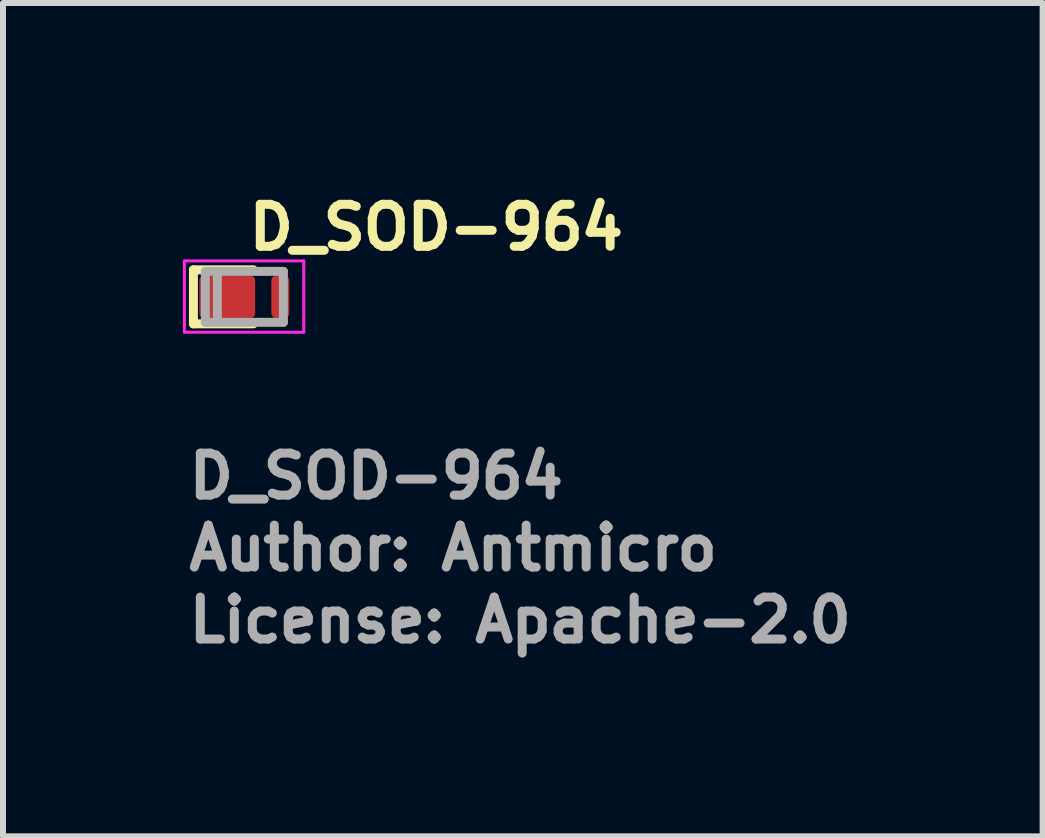
<source format=kicad_pcb>
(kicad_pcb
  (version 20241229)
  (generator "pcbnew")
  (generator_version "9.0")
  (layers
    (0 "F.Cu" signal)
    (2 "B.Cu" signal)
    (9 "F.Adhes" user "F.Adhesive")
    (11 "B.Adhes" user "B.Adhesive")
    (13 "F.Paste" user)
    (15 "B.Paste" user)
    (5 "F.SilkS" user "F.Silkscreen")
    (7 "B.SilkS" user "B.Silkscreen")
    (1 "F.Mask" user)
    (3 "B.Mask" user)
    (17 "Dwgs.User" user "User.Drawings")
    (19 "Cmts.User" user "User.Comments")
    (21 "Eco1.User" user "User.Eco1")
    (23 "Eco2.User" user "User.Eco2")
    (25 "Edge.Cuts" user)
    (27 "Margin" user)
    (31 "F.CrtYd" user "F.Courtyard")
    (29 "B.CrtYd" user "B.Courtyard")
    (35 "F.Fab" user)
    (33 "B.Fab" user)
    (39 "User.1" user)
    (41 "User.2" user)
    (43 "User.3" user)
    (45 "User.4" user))
  (footprint "D_SOD-964"
    (layer "F.Cu")
    (at 1.025 1.9)
    (property "Reference" "D_SOD-964" (at 0 -0.75 0) (layer "F.SilkS") (effects (font (size 0.7 0.7) (thickness 0.15)) (justify left bottom)))
    (attr smd)
    (fp_line (start -0.85 -0.451) (end -0.85 0.45) (stroke (width 0.15) (type solid)) (layer "F.SilkS"))
    (fp_line (start -0.85 -0.451) (end 0.149 -0.451) (stroke (width 0.15) (type solid)) (layer "F.SilkS"))
    (fp_line (start 0.149 0.45) (end -0.85 0.45) (stroke (width 0.15) (type solid)) (layer "F.SilkS"))
    (fp_line (start -1 -0.6) (end 0.99 -0.6) (stroke (width 0.05) (type solid)) (layer "F.CrtYd"))
    (fp_line (start -1 0.59) (end -1 -0.6) (stroke (width 0.05) (type solid)) (layer "F.CrtYd"))
    (fp_line (start 0.99 -0.6) (end 0.99 0.59) (stroke (width 0.05) (type solid)) (layer "F.CrtYd"))
    (fp_line (start 0.99 0.59) (end -1 0.59) (stroke (width 0.05) (type solid)) (layer "F.CrtYd"))
    (fp_line (start -0.651 -0.425) (end 0.65 -0.425) (stroke (width 0.15) (type solid)) (layer "F.Fab"))
    (fp_line (start -0.651 0.424) (end -0.651 -0.425) (stroke (width 0.15) (type solid)) (layer "F.Fab"))
    (fp_line (start -0.651 0.424) (end 0.65 0.424) (stroke (width 0.15) (type solid)) (layer "F.Fab"))
    (fp_line (start -0.451 -0.401) (end -0.451 0.4) (stroke (width 0.15) (type solid)) (layer "F.Fab"))
    (fp_line (start 0.65 -0.425) (end 0.65 0.424) (stroke (width 0.15) (type solid)) (layer "F.Fab"))
    (fp_rect (start -0.801 -0.401) (end 0.8 0.4) (stroke (width 0.1) (type solid)) (fill no) (layer "User.5"))
    (fp_line (start -0.801 -0.401) (end -0.801 0.4) (stroke (width 0.02) (type solid)) (layer "User.9"))
    (fp_line (start -0.801 0.4) (end -0.451 0.4) (stroke (width 0.02) (type solid)) (layer "User.9"))
    (fp_line (start -0.451 -0.401) (end -0.801 -0.401) (stroke (width 0.02) (type solid)) (layer "User.9"))
    (fp_line (start -0.451 0.4) (end -0.451 -0.401) (stroke (width 0.02) (type solid)) (layer "User.9"))
    (fp_line (start -0.451 0.4) (end -0.451 -0.401) (stroke (width 0.02) (type solid)) (layer "User.9"))
    (fp_line (start 0.8 -0.401) (end -0.451 -0.401) (stroke (width 0.02) (type solid)) (layer "User.9"))
    (fp_line (start 0.8 0.4) (end -0.451 0.4) (stroke (width 0.02) (type solid)) (layer "User.9"))
    (fp_line (start 0.8 0.4) (end 0.8 -0.401) (stroke (width 0.02) (type solid)) (layer "User.9"))
    (fp_text user "Author: Antmicro" (at -1 4.599 0) (layer "F.Fab") (effects (font (size 0.7 0.7) (thickness 0.15)) (justify left bottom)))
    (fp_text user "${REFERENCE}" (at -1 3.399 0) (layer "F.Fab") (effects (font (size 0.7 0.7) (thickness 0.15)) (justify left bottom)))
    (fp_text user "License: Apache-2.0" (at -1 5.799 0) (layer "F.Fab") (effects (font (size 0.7 0.7) (thickness 0.15)) (justify left bottom)))
    (pad "1" smd roundrect (at -0.285 0) (size 0.93 0.7) (layers "F.Cu" "F.Mask" "F.Paste") (roundrect_rratio 0.107))
    (pad "2" smd roundrect (at 0.599 0) (size 0.3 0.7) (layers "F.Cu" "F.Mask" "F.Paste") (roundrect_rratio 0.25)))
  (gr_rect
    (start -3 -3)
    (end 14.335 10.895)
    (stroke (width 0.1) (type default))
    (fill no)
    (layer "Edge.Cuts")))
</source>
